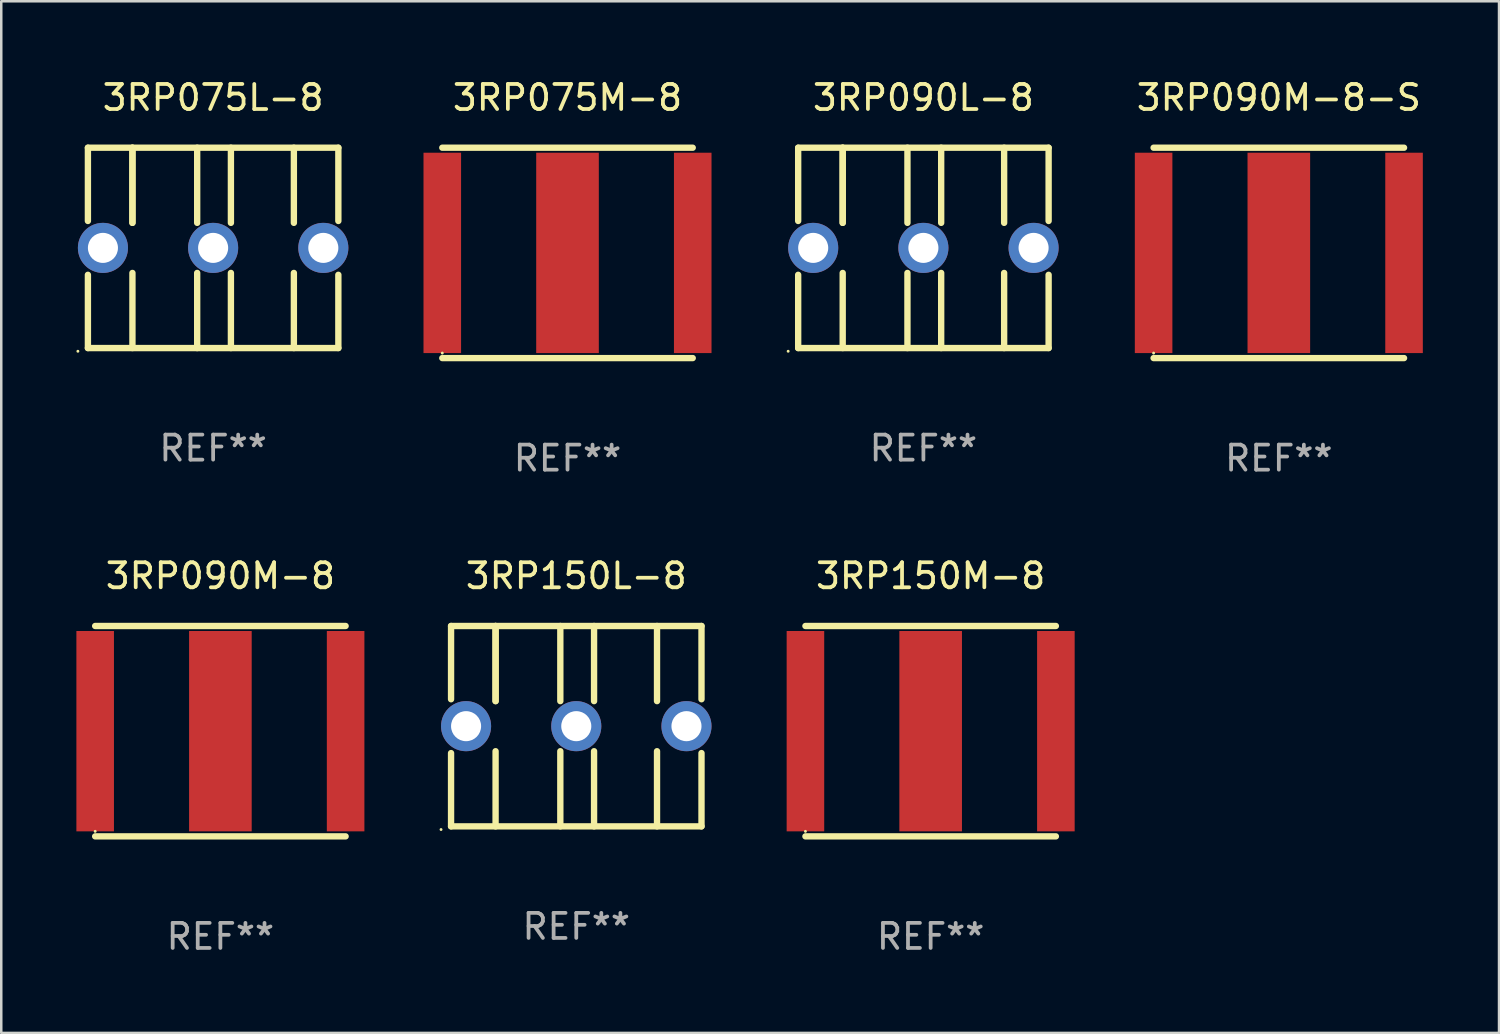
<source format=kicad_pcb>
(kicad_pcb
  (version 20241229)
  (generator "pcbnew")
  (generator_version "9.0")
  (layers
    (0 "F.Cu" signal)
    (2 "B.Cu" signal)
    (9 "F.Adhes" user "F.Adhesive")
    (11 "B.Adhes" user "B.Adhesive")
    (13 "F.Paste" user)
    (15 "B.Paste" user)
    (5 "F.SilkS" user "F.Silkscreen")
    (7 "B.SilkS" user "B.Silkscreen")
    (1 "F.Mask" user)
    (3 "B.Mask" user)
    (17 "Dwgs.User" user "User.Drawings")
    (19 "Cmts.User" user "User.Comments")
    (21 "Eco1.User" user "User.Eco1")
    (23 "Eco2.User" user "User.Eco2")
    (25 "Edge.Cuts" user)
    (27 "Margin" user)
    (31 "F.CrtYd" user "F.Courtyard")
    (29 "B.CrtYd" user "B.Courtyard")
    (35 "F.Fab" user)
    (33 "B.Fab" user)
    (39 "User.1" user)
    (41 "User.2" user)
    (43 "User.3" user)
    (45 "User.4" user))
  (footprint "3RP150M-8"
    (layer "F.Cu")
    (at 34.11 26.145)
    (property "Reference" "3RP150M-8" (at 0 -6.2 0) (layer "F.SilkS") (effects (font (size 1 1) (thickness 0.15))))
    (attr through_hole)
    (fp_line (start -5 -4.2) (end 5 -4.2) (stroke (width 0.254) (type solid)) (layer "F.SilkS"))
    (fp_line (start -5 4.2) (end 5 4.2) (stroke (width 0.254) (type solid)) (layer "F.SilkS"))
    (fp_circle (center -5 4) (end -4.97 4) (stroke (width 0.06) (type solid)) (fill no) (layer "F.SilkS"))
    (fp_text user "REF**" (at 0 8.2 0) (layer "F.Fab") (effects (font (size 1 1) (thickness 0.15))))
    (pad "1" smd rect (at -5 0) (size 1.5 8) (layers "F.Cu" "F.Mask" "F.Paste"))
    (pad "2" smd rect (at 5 0) (size 1.5 8) (layers "F.Cu" "F.Mask" "F.Paste"))
    (pad "3" smd rect (at 0 0) (size 2.5 8) (layers "F.Cu" "F.Mask" "F.Paste")))
  (footprint "3RP075L-8"
    (layer "F.Cu")
    (at 5.46 6.848)
    (property "Reference" "3RP075L-8" (at 0 -6 0) (layer "F.SilkS") (effects (font (size 1 1) (thickness 0.15))))
    (attr through_hole)
    (fp_line (start -5 -4) (end -5 -1.075) (stroke (width 0.254) (type solid)) (layer "F.SilkS"))
    (fp_line (start -5 -4) (end 5 -4) (stroke (width 0.254) (type solid)) (layer "F.SilkS"))
    (fp_line (start -5 1.075) (end -5 4) (stroke (width 0.254) (type solid)) (layer "F.SilkS"))
    (fp_line (start -5 4) (end 5 4) (stroke (width 0.254) (type solid)) (layer "F.SilkS"))
    (fp_line (start -3.222 -1) (end -3.222 -4) (stroke (width 0.254) (type solid)) (layer "F.SilkS"))
    (fp_line (start -3.222 -1) (end -3.222 -4) (stroke (width 0.254) (type solid)) (layer "F.SilkS"))
    (fp_line (start -3.222 1) (end -3.222 4) (stroke (width 0.254) (type solid)) (layer "F.SilkS"))
    (fp_line (start -0.637 -1) (end -0.637 -4) (stroke (width 0.254) (type solid)) (layer "F.SilkS"))
    (fp_line (start -0.637 1) (end -0.637 4) (stroke (width 0.254) (type solid)) (layer "F.SilkS"))
    (fp_line (start 0.71 -1) (end 0.71 -4) (stroke (width 0.254) (type solid)) (layer "F.SilkS"))
    (fp_line (start 0.71 1) (end 0.71 4) (stroke (width 0.254) (type solid)) (layer "F.SilkS"))
    (fp_line (start 3.224 -1) (end 3.224 -4) (stroke (width 0.254) (type solid)) (layer "F.SilkS"))
    (fp_line (start 3.224 1) (end 3.224 4) (stroke (width 0.254) (type solid)) (layer "F.SilkS"))
    (fp_line (start 5 -4) (end 5 -1.075) (stroke (width 0.254) (type solid)) (layer "F.SilkS"))
    (fp_line (start 5 1.075) (end 5 4) (stroke (width 0.254) (type solid)) (layer "F.SilkS"))
    (fp_circle (center -5.4 4.127) (end -5.37 4.127) (stroke (width 0.06) (type solid)) (fill no) (layer "F.SilkS"))
    (fp_text user "REF**" (at 0 8 0) (layer "F.Fab") (effects (font (size 1 1) (thickness 0.15))))
    (pad "1" thru_hole circle (at -4.4 0) (size 2 2) (drill 1.2) (layers "*.Cu" "*.Mask"))
    (pad "2" thru_hole circle (at 4.4 0) (size 2 2) (drill 1.2) (layers "*.Cu" "*.Mask"))
    (pad "3" thru_hole circle (at 0 0) (size 2 2) (drill 1.2) (layers "*.Cu" "*.Mask")))
  (footprint "3RP150L-8"
    (layer "F.Cu")
    (at 19.96 25.945)
    (property "Reference" "3RP150L-8" (at 0 -6 0) (layer "F.SilkS") (effects (font (size 1 1) (thickness 0.15))))
    (attr through_hole)
    (fp_line (start -5 -4) (end -5 -1.075) (stroke (width 0.254) (type solid)) (layer "F.SilkS"))
    (fp_line (start -5 -4) (end 5 -4) (stroke (width 0.254) (type solid)) (layer "F.SilkS"))
    (fp_line (start -5 1.075) (end -5 4) (stroke (width 0.254) (type solid)) (layer "F.SilkS"))
    (fp_line (start -5 4) (end 5 4) (stroke (width 0.254) (type solid)) (layer "F.SilkS"))
    (fp_line (start -3.222 -1) (end -3.222 -4) (stroke (width 0.254) (type solid)) (layer "F.SilkS"))
    (fp_line (start -3.222 -1) (end -3.222 -4) (stroke (width 0.254) (type solid)) (layer "F.SilkS"))
    (fp_line (start -3.222 1) (end -3.222 4) (stroke (width 0.254) (type solid)) (layer "F.SilkS"))
    (fp_line (start -0.637 -1) (end -0.637 -4) (stroke (width 0.254) (type solid)) (layer "F.SilkS"))
    (fp_line (start -0.637 1) (end -0.637 4) (stroke (width 0.254) (type solid)) (layer "F.SilkS"))
    (fp_line (start 0.71 -1) (end 0.71 -4) (stroke (width 0.254) (type solid)) (layer "F.SilkS"))
    (fp_line (start 0.71 1) (end 0.71 4) (stroke (width 0.254) (type solid)) (layer "F.SilkS"))
    (fp_line (start 3.224 -1) (end 3.224 -4) (stroke (width 0.254) (type solid)) (layer "F.SilkS"))
    (fp_line (start 3.224 1) (end 3.224 4) (stroke (width 0.254) (type solid)) (layer "F.SilkS"))
    (fp_line (start 5 -4) (end 5 -1.075) (stroke (width 0.254) (type solid)) (layer "F.SilkS"))
    (fp_line (start 5 1.075) (end 5 4) (stroke (width 0.254) (type solid)) (layer "F.SilkS"))
    (fp_circle (center -5.4 4.127) (end -5.37 4.127) (stroke (width 0.06) (type solid)) (fill no) (layer "F.SilkS"))
    (fp_text user "REF**" (at 0 8 0) (layer "F.Fab") (effects (font (size 1 1) (thickness 0.15))))
    (pad "1" thru_hole circle (at -4.4 0) (size 2 2) (drill 1.2) (layers "*.Cu" "*.Mask"))
    (pad "2" thru_hole circle (at 4.4 0) (size 2 2) (drill 1.2) (layers "*.Cu" "*.Mask"))
    (pad "3" thru_hole circle (at 0 0) (size 2 2) (drill 1.2) (layers "*.Cu" "*.Mask")))
  (footprint "3RP090L-8"
    (layer "F.Cu")
    (at 33.82 6.848)
    (property "Reference" "3RP090L-8" (at 0 -6 0) (layer "F.SilkS") (effects (font (size 1 1) (thickness 0.15))))
    (attr through_hole)
    (fp_line (start -5 -4) (end -5 -1.075) (stroke (width 0.254) (type solid)) (layer "F.SilkS"))
    (fp_line (start -5 -4) (end 5 -4) (stroke (width 0.254) (type solid)) (layer "F.SilkS"))
    (fp_line (start -5 1.075) (end -5 4) (stroke (width 0.254) (type solid)) (layer "F.SilkS"))
    (fp_line (start -5 4) (end 5 4) (stroke (width 0.254) (type solid)) (layer "F.SilkS"))
    (fp_line (start -3.222 -1) (end -3.222 -4) (stroke (width 0.254) (type solid)) (layer "F.SilkS"))
    (fp_line (start -3.222 -1) (end -3.222 -4) (stroke (width 0.254) (type solid)) (layer "F.SilkS"))
    (fp_line (start -3.222 1) (end -3.222 4) (stroke (width 0.254) (type solid)) (layer "F.SilkS"))
    (fp_line (start -0.637 -1) (end -0.637 -4) (stroke (width 0.254) (type solid)) (layer "F.SilkS"))
    (fp_line (start -0.637 1) (end -0.637 4) (stroke (width 0.254) (type solid)) (layer "F.SilkS"))
    (fp_line (start 0.71 -1) (end 0.71 -4) (stroke (width 0.254) (type solid)) (layer "F.SilkS"))
    (fp_line (start 0.71 1) (end 0.71 4) (stroke (width 0.254) (type solid)) (layer "F.SilkS"))
    (fp_line (start 3.224 -1) (end 3.224 -4) (stroke (width 0.254) (type solid)) (layer "F.SilkS"))
    (fp_line (start 3.224 1) (end 3.224 4) (stroke (width 0.254) (type solid)) (layer "F.SilkS"))
    (fp_line (start 5 -4) (end 5 -1.075) (stroke (width 0.254) (type solid)) (layer "F.SilkS"))
    (fp_line (start 5 1.075) (end 5 4) (stroke (width 0.254) (type solid)) (layer "F.SilkS"))
    (fp_circle (center -5.4 4.127) (end -5.37 4.127) (stroke (width 0.06) (type solid)) (fill no) (layer "F.SilkS"))
    (fp_text user "REF**" (at 0 8 0) (layer "F.Fab") (effects (font (size 1 1) (thickness 0.15))))
    (pad "1" thru_hole circle (at -4.4 0) (size 2 2) (drill 1.2) (layers "*.Cu" "*.Mask"))
    (pad "2" thru_hole circle (at 4.4 0) (size 2 2) (drill 1.2) (layers "*.Cu" "*.Mask"))
    (pad "3" thru_hole circle (at 0 0) (size 2 2) (drill 1.2) (layers "*.Cu" "*.Mask")))
  (footprint "3RP090M-8"
    (layer "F.Cu")
    (at 5.75 26.145)
    (property "Reference" "3RP090M-8" (at 0 -6.2 0) (layer "F.SilkS") (effects (font (size 1 1) (thickness 0.15))))
    (attr through_hole)
    (fp_line (start -5 -4.2) (end 5 -4.2) (stroke (width 0.254) (type solid)) (layer "F.SilkS"))
    (fp_line (start -5 4.2) (end 5 4.2) (stroke (width 0.254) (type solid)) (layer "F.SilkS"))
    (fp_circle (center -5 4) (end -4.97 4) (stroke (width 0.06) (type solid)) (fill no) (layer "F.SilkS"))
    (fp_text user "REF**" (at 0 8.2 0) (layer "F.Fab") (effects (font (size 1 1) (thickness 0.15))))
    (pad "1" smd rect (at -5 0) (size 1.5 8) (layers "F.Cu" "F.Mask" "F.Paste"))
    (pad "2" smd rect (at 5 0) (size 1.5 8) (layers "F.Cu" "F.Mask" "F.Paste"))
    (pad "3" smd rect (at 0 0) (size 2.5 8) (layers "F.Cu" "F.Mask" "F.Paste")))
  (footprint "3RP075M-8"
    (layer "F.Cu")
    (at 19.61 7.048)
    (property "Reference" "3RP075M-8" (at 0 -6.2 0) (layer "F.SilkS") (effects (font (size 1 1) (thickness 0.15))))
    (attr through_hole)
    (fp_line (start -5 -4.2) (end 5 -4.2) (stroke (width 0.254) (type solid)) (layer "F.SilkS"))
    (fp_line (start -5 4.2) (end 5 4.2) (stroke (width 0.254) (type solid)) (layer "F.SilkS"))
    (fp_circle (center -5 4) (end -4.97 4) (stroke (width 0.06) (type solid)) (fill no) (layer "F.SilkS"))
    (fp_text user "REF**" (at 0 8.2 0) (layer "F.Fab") (effects (font (size 1 1) (thickness 0.15))))
    (pad "1" smd rect (at -5 0) (size 1.5 8) (layers "F.Cu" "F.Mask" "F.Paste"))
    (pad "2" smd rect (at 5 0) (size 1.5 8) (layers "F.Cu" "F.Mask" "F.Paste"))
    (pad "3" smd rect (at 0 0) (size 2.5 8) (layers "F.Cu" "F.Mask" "F.Paste")))
  (footprint "3RP090M-8-S"
    (layer "F.Cu")
    (at 48.012 7.048)
    (property "Reference" "3RP090M-8-S" (at 0 -6.2 0) (layer "F.SilkS") (effects (font (size 1 1) (thickness 0.15))))
    (attr through_hole)
    (fp_line (start -5 -4.2) (end 5 -4.2) (stroke (width 0.254) (type solid)) (layer "F.SilkS"))
    (fp_line (start -5 4.2) (end 5 4.2) (stroke (width 0.254) (type solid)) (layer "F.SilkS"))
    (fp_circle (center -5 4) (end -4.97 4) (stroke (width 0.06) (type solid)) (fill no) (layer "F.SilkS"))
    (fp_text user "REF**" (at 0 8.2 0) (layer "F.Fab") (effects (font (size 1 1) (thickness 0.15))))
    (pad "1" smd rect (at -5 0) (size 1.5 8) (layers "F.Cu" "F.Mask" "F.Paste"))
    (pad "2" smd rect (at 5 0) (size 1.5 8) (layers "F.Cu" "F.Mask" "F.Paste"))
    (pad "3" smd rect (at 0 0) (size 2.5 8) (layers "F.Cu" "F.Mask" "F.Paste")))
  (gr_rect
    (start -3 -3)
    (end 56.804 38.193)
    (stroke (width 0.1) (type default))
    (fill no)
    (layer "Edge.Cuts")))
</source>
